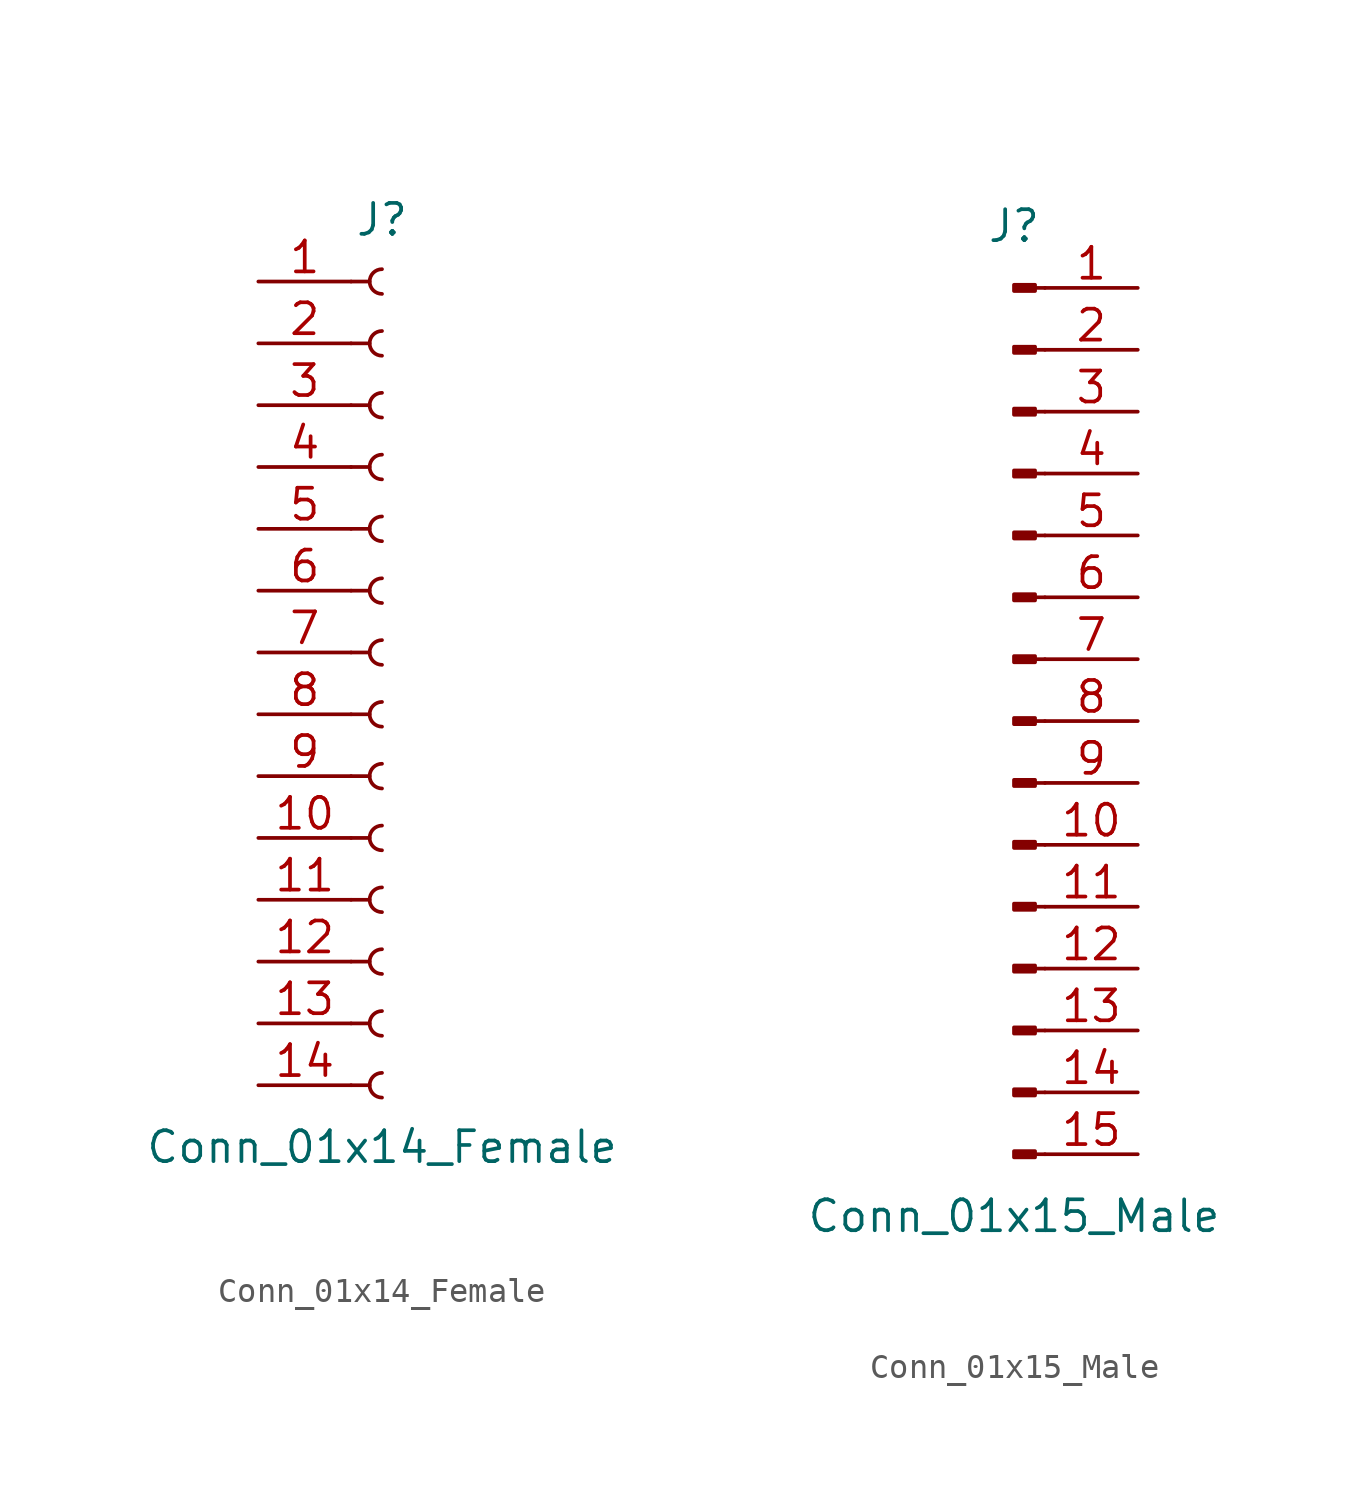
<source format=kicad_sym>
(kicad_symbol_lib
  (version 20201005)
  (generator kicad_symbol_editor)
  (symbol "Conn_01x14_Female"
    (pin_names
      (offset 1.016) hide)
    (property "Reference" "J"
      (at 0 17.78 0)
      (effects (font (size 1.27 1.27))))
    (property "Value" "Conn_01x14_Female"
      (at 0 -20.32 0)
      (effects (font (size 1.27 1.27))))
    (symbol "Conn_01x14_Female_1_1"
      (arc (start 0 -17.272) (end 0 -18.288) (radius (at 0 -17.78) (length 0.508) (angles 90.1 -90.1)) (stroke (width 0.1524)) (fill (type none)))
      (arc (start 0 -14.732) (end 0 -15.748) (radius (at 0 -15.24) (length 0.508) (angles 90.1 -90.1)) (stroke (width 0.1524)) (fill (type none)))
      (arc (start 0 -12.192) (end 0 -13.208) (radius (at 0 -12.7) (length 0.508) (angles 90.1 -90.1)) (stroke (width 0.1524)) (fill (type none)))
      (arc (start 0 -9.652) (end 0 -10.668) (radius (at 0 -10.16) (length 0.508) (angles 90.1 -90.1)) (stroke (width 0.1524)) (fill (type none)))
      (arc (start 0 -7.112) (end 0 -8.128) (radius (at 0 -7.62) (length 0.508) (angles 90.1 -90.1)) (stroke (width 0.1524)) (fill (type none)))
      (arc (start 0 -4.572) (end 0 -5.588) (radius (at 0 -5.08) (length 0.508) (angles 90.1 -90.1)) (stroke (width 0.1524)) (fill (type none)))
      (arc (start 0 -2.032) (end 0 -3.048) (radius (at 0 -2.54) (length 0.508) (angles 90.1 -90.1)) (stroke (width 0.1524)) (fill (type none)))
      (arc (start 0 0.508) (end 0 -0.508) (radius (at 0 0) (length 0.508) (angles 90.1 -90.1)) (stroke (width 0.1524)) (fill (type none)))
      (arc (start 0 3.048) (end 0 2.032) (radius (at 0 2.54) (length 0.508) (angles 90.1 -90.1)) (stroke (width 0.1524)) (fill (type none)))
      (arc (start 0 5.588) (end 0 4.572) (radius (at 0 5.08) (length 0.508) (angles 90.1 -90.1)) (stroke (width 0.1524)) (fill (type none)))
      (arc (start 0 8.128) (end 0 7.112) (radius (at 0 7.62) (length 0.508) (angles 90.1 -90.1)) (stroke (width 0.1524)) (fill (type none)))
      (arc (start 0 10.668) (end 0 9.652) (radius (at 0 10.16) (length 0.508) (angles 90.1 -90.1)) (stroke (width 0.1524)) (fill (type none)))
      (arc (start 0 13.208) (end 0 12.192) (radius (at 0 12.7) (length 0.508) (angles 90.1 -90.1)) (stroke (width 0.1524)) (fill (type none)))
      (arc (start 0 15.748) (end 0 14.732) (radius (at 0 15.24) (length 0.508) (angles 90.1 -90.1)) (stroke (width 0.1524)) (fill (type none)))
      (polyline (pts (xy -1.27 -17.78) (xy -0.508 -17.78)) (stroke (width 0.152)) (fill (type none)))
      (polyline (pts (xy -1.27 -15.24) (xy -0.508 -15.24)) (stroke (width 0.152)) (fill (type none)))
      (polyline (pts (xy -1.27 -12.7) (xy -0.508 -12.7)) (stroke (width 0.152)) (fill (type none)))
      (polyline (pts (xy -1.27 -10.16) (xy -0.508 -10.16)) (stroke (width 0.152)) (fill (type none)))
      (polyline (pts (xy -1.27 -7.62) (xy -0.508 -7.62)) (stroke (width 0.152)) (fill (type none)))
      (polyline (pts (xy -1.27 -5.08) (xy -0.508 -5.08)) (stroke (width 0.152)) (fill (type none)))
      (polyline (pts (xy -1.27 -2.54) (xy -0.508 -2.54)) (stroke (width 0.152)) (fill (type none)))
      (polyline (pts (xy -1.27 0) (xy -0.508 0)) (stroke (width 0.152)) (fill (type none)))
      (polyline (pts (xy -1.27 2.54) (xy -0.508 2.54)) (stroke (width 0.152)) (fill (type none)))
      (polyline (pts (xy -1.27 5.08) (xy -0.508 5.08)) (stroke (width 0.152)) (fill (type none)))
      (polyline (pts (xy -1.27 7.62) (xy -0.508 7.62)) (stroke (width 0.152)) (fill (type none)))
      (polyline (pts (xy -1.27 10.16) (xy -0.508 10.16)) (stroke (width 0.152)) (fill (type none)))
      (polyline (pts (xy -1.27 12.7) (xy -0.508 12.7)) (stroke (width 0.152)) (fill (type none)))
      (polyline (pts (xy -1.27 15.24) (xy -0.508 15.24)) (stroke (width 0.152)) (fill (type none)))
      (pin passive line (at -5.08 15.24 0) (length 3.81) (name "Pin_1" (effects (font (size 1.27 1.27)))) (number "1" (effects (font (size 1.27 1.27)))))
      (pin passive line (at -5.08 -7.62 0) (length 3.81) (name "Pin_10" (effects (font (size 1.27 1.27)))) (number "10" (effects (font (size 1.27 1.27)))))
      (pin passive line (at -5.08 -10.16 0) (length 3.81) (name "Pin_11" (effects (font (size 1.27 1.27)))) (number "11" (effects (font (size 1.27 1.27)))))
      (pin passive line (at -5.08 -12.7 0) (length 3.81) (name "Pin_12" (effects (font (size 1.27 1.27)))) (number "12" (effects (font (size 1.27 1.27)))))
      (pin passive line (at -5.08 -15.24 0) (length 3.81) (name "Pin_13" (effects (font (size 1.27 1.27)))) (number "13" (effects (font (size 1.27 1.27)))))
      (pin passive line (at -5.08 -17.78 0) (length 3.81) (name "Pin_14" (effects (font (size 1.27 1.27)))) (number "14" (effects (font (size 1.27 1.27)))))
      (pin passive line (at -5.08 12.7 0) (length 3.81) (name "Pin_2" (effects (font (size 1.27 1.27)))) (number "2" (effects (font (size 1.27 1.27)))))
      (pin passive line (at -5.08 10.16 0) (length 3.81) (name "Pin_3" (effects (font (size 1.27 1.27)))) (number "3" (effects (font (size 1.27 1.27)))))
      (pin passive line (at -5.08 7.62 0) (length 3.81) (name "Pin_4" (effects (font (size 1.27 1.27)))) (number "4" (effects (font (size 1.27 1.27)))))
      (pin passive line (at -5.08 5.08 0) (length 3.81) (name "Pin_5" (effects (font (size 1.27 1.27)))) (number "5" (effects (font (size 1.27 1.27)))))
      (pin passive line (at -5.08 2.54 0) (length 3.81) (name "Pin_6" (effects (font (size 1.27 1.27)))) (number "6" (effects (font (size 1.27 1.27)))))
      (pin passive line (at -5.08 0 0) (length 3.81) (name "Pin_7" (effects (font (size 1.27 1.27)))) (number "7" (effects (font (size 1.27 1.27)))))
      (pin passive line (at -5.08 -2.54 0) (length 3.81) (name "Pin_8" (effects (font (size 1.27 1.27)))) (number "8" (effects (font (size 1.27 1.27)))))
      (pin passive line (at -5.08 -5.08 0) (length 3.81) (name "Pin_9" (effects (font (size 1.27 1.27)))) (number "9" (effects (font (size 1.27 1.27)))))))
  (symbol "Conn_01x15_Male"
    (pin_names
      (offset 1.016) hide)
    (property "Reference" "J"
      (at 0 20.32 0)
      (effects (font (size 1.27 1.27))))
    (property "Value" "Conn_01x15_Male"
      (at 0 -20.32 0)
      (effects (font (size 1.27 1.27))))
    (symbol "Conn_01x15_Male_1_1"
      (rectangle (start 0.864 -17.653) (end 0 -17.907) (stroke (width 0.152)) (fill (type outline)))
      (rectangle (start 0.864 -15.113) (end 0 -15.367) (stroke (width 0.152)) (fill (type outline)))
      (rectangle (start 0.864 -12.573) (end 0 -12.827) (stroke (width 0.152)) (fill (type outline)))
      (rectangle (start 0.864 -10.033) (end 0 -10.287) (stroke (width 0.152)) (fill (type outline)))
      (rectangle (start 0.864 -7.493) (end 0 -7.747) (stroke (width 0.152)) (fill (type outline)))
      (rectangle (start 0.864 -4.953) (end 0 -5.207) (stroke (width 0.152)) (fill (type outline)))
      (rectangle (start 0.864 -2.413) (end 0 -2.667) (stroke (width 0.152)) (fill (type outline)))
      (rectangle (start 0.864 0.127) (end 0 -0.127) (stroke (width 0.152)) (fill (type outline)))
      (rectangle (start 0.864 2.667) (end 0 2.413) (stroke (width 0.152)) (fill (type outline)))
      (rectangle (start 0.864 5.207) (end 0 4.953) (stroke (width 0.152)) (fill (type outline)))
      (rectangle (start 0.864 7.747) (end 0 7.493) (stroke (width 0.152)) (fill (type outline)))
      (rectangle (start 0.864 10.287) (end 0 10.033) (stroke (width 0.152)) (fill (type outline)))
      (rectangle (start 0.864 12.827) (end 0 12.573) (stroke (width 0.152)) (fill (type outline)))
      (rectangle (start 0.864 15.367) (end 0 15.113) (stroke (width 0.152)) (fill (type outline)))
      (rectangle (start 0.864 17.907) (end 0 17.653) (stroke (width 0.152)) (fill (type outline)))
      (polyline (pts (xy 1.27 -17.78) (xy 0.864 -17.78)) (stroke (width 0.152)) (fill (type none)))
      (polyline (pts (xy 1.27 -15.24) (xy 0.864 -15.24)) (stroke (width 0.152)) (fill (type none)))
      (polyline (pts (xy 1.27 -12.7) (xy 0.864 -12.7)) (stroke (width 0.152)) (fill (type none)))
      (polyline (pts (xy 1.27 -10.16) (xy 0.864 -10.16)) (stroke (width 0.152)) (fill (type none)))
      (polyline (pts (xy 1.27 -7.62) (xy 0.864 -7.62)) (stroke (width 0.152)) (fill (type none)))
      (polyline (pts (xy 1.27 -5.08) (xy 0.864 -5.08)) (stroke (width 0.152)) (fill (type none)))
      (polyline (pts (xy 1.27 -2.54) (xy 0.864 -2.54)) (stroke (width 0.152)) (fill (type none)))
      (polyline (pts (xy 1.27 0) (xy 0.864 0)) (stroke (width 0.152)) (fill (type none)))
      (polyline (pts (xy 1.27 2.54) (xy 0.864 2.54)) (stroke (width 0.152)) (fill (type none)))
      (polyline (pts (xy 1.27 5.08) (xy 0.864 5.08)) (stroke (width 0.152)) (fill (type none)))
      (polyline (pts (xy 1.27 7.62) (xy 0.864 7.62)) (stroke (width 0.152)) (fill (type none)))
      (polyline (pts (xy 1.27 10.16) (xy 0.864 10.16)) (stroke (width 0.152)) (fill (type none)))
      (polyline (pts (xy 1.27 12.7) (xy 0.864 12.7)) (stroke (width 0.152)) (fill (type none)))
      (polyline (pts (xy 1.27 15.24) (xy 0.864 15.24)) (stroke (width 0.152)) (fill (type none)))
      (polyline (pts (xy 1.27 17.78) (xy 0.864 17.78)) (stroke (width 0.152)) (fill (type none)))
      (pin passive line (at 5.08 17.78 180) (length 3.81) (name "Pin_1" (effects (font (size 1.27 1.27)))) (number "1" (effects (font (size 1.27 1.27)))))
      (pin passive line (at 5.08 -5.08 180) (length 3.81) (name "Pin_10" (effects (font (size 1.27 1.27)))) (number "10" (effects (font (size 1.27 1.27)))))
      (pin passive line (at 5.08 -7.62 180) (length 3.81) (name "Pin_11" (effects (font (size 1.27 1.27)))) (number "11" (effects (font (size 1.27 1.27)))))
      (pin passive line (at 5.08 -10.16 180) (length 3.81) (name "Pin_12" (effects (font (size 1.27 1.27)))) (number "12" (effects (font (size 1.27 1.27)))))
      (pin passive line (at 5.08 -12.7 180) (length 3.81) (name "Pin_13" (effects (font (size 1.27 1.27)))) (number "13" (effects (font (size 1.27 1.27)))))
      (pin passive line (at 5.08 -15.24 180) (length 3.81) (name "Pin_14" (effects (font (size 1.27 1.27)))) (number "14" (effects (font (size 1.27 1.27)))))
      (pin passive line (at 5.08 -17.78 180) (length 3.81) (name "Pin_15" (effects (font (size 1.27 1.27)))) (number "15" (effects (font (size 1.27 1.27)))))
      (pin passive line (at 5.08 15.24 180) (length 3.81) (name "Pin_2" (effects (font (size 1.27 1.27)))) (number "2" (effects (font (size 1.27 1.27)))))
      (pin passive line (at 5.08 12.7 180) (length 3.81) (name "Pin_3" (effects (font (size 1.27 1.27)))) (number "3" (effects (font (size 1.27 1.27)))))
      (pin passive line (at 5.08 10.16 180) (length 3.81) (name "Pin_4" (effects (font (size 1.27 1.27)))) (number "4" (effects (font (size 1.27 1.27)))))
      (pin passive line (at 5.08 7.62 180) (length 3.81) (name "Pin_5" (effects (font (size 1.27 1.27)))) (number "5" (effects (font (size 1.27 1.27)))))
      (pin passive line (at 5.08 5.08 180) (length 3.81) (name "Pin_6" (effects (font (size 1.27 1.27)))) (number "6" (effects (font (size 1.27 1.27)))))
      (pin passive line (at 5.08 2.54 180) (length 3.81) (name "Pin_7" (effects (font (size 1.27 1.27)))) (number "7" (effects (font (size 1.27 1.27)))))
      (pin passive line (at 5.08 0 180) (length 3.81) (name "Pin_8" (effects (font (size 1.27 1.27)))) (number "8" (effects (font (size 1.27 1.27)))))
      (pin passive line (at 5.08 -2.54 180) (length 3.81) (name "Pin_9" (effects (font (size 1.27 1.27)))) (number "9" (effects (font (size 1.27 1.27))))))))
</source>
